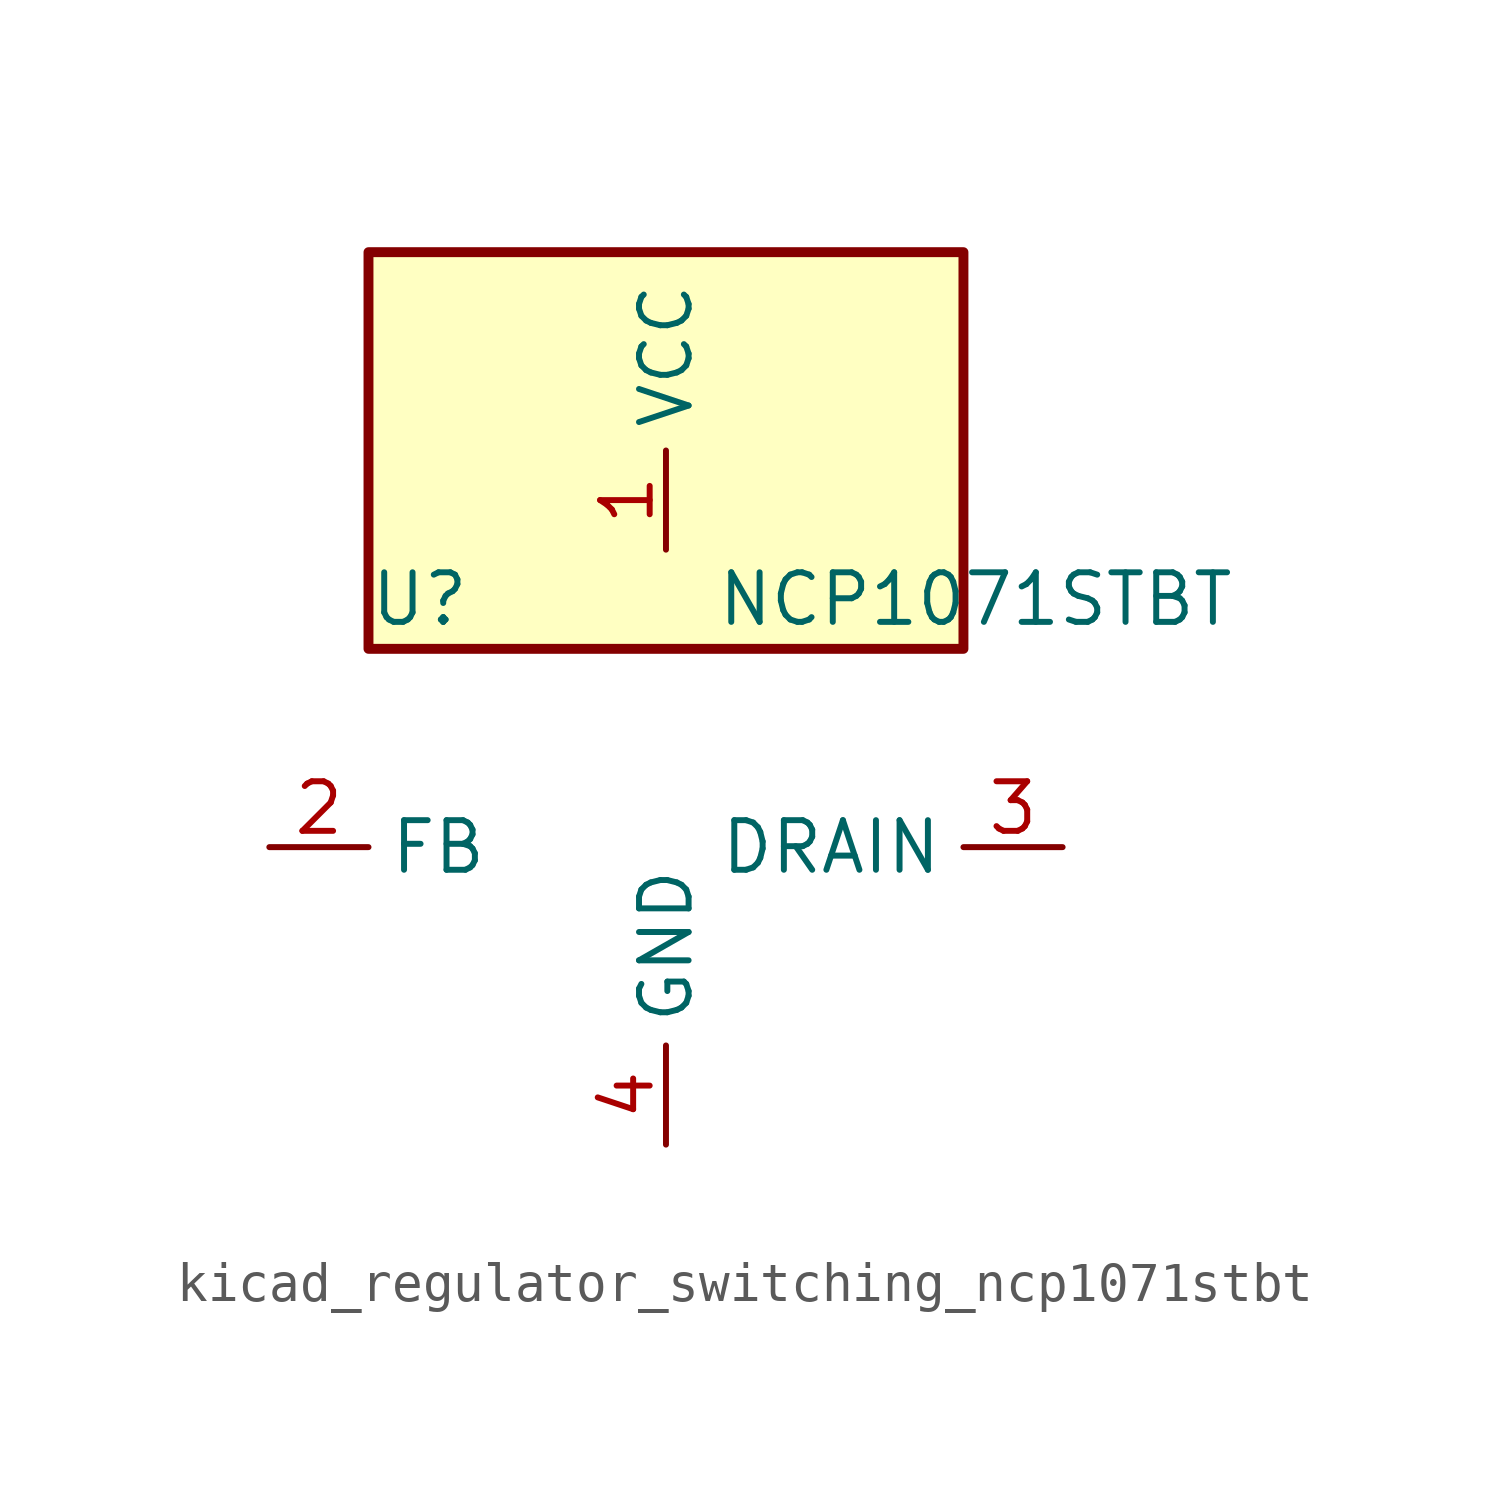
<source format=kicad_sym>
(kicad_symbol_lib
  (version 20220914)
  (generator kicad_symbol_editor)
  (symbol "kicad_regulator_switching_ncp1071stbt"
    (property "Reference" "U"
      (at -7.62 6.35 0)
      (effects (font (size 1.27 1.27)) (justify left)))
    (property "Value" "NCP1071STBT"
      (at 1.27 6.35 0)
      (effects (font (size 1.27 1.27)) (justify left)))
    (symbol "kicad_regulator_switching_ncp1071stbt_0_1"
      (rectangle (start 7.62 15.24) (end -7.62 5.08) (stroke (width 0.254) (type default)) (fill (type background))))
    (symbol "kicad_regulator_switching_ncp1071stbt_1_1"
      (pin power_in line (at 0 7.62 90) (length 2.54) (name "VCC" (effects (font (size 1.27 1.27)))) (number "1" (effects (font (size 1.27 1.27)))))
      (pin input line (at -10.16 0 0) (length 2.54) (name "FB" (effects (font (size 1.27 1.27)))) (number "2" (effects (font (size 1.27 1.27)))))
      (pin open_collector line (at 10.16 0 180) (length 2.54) (name "DRAIN" (effects (font (size 1.27 1.27)))) (number "3" (effects (font (size 1.27 1.27)))))
      (pin power_in line (at 0 -7.62 90) (length 2.54) (name "GND" (effects (font (size 1.27 1.27)))) (number "4" (effects (font (size 1.27 1.27))))))))
</source>
